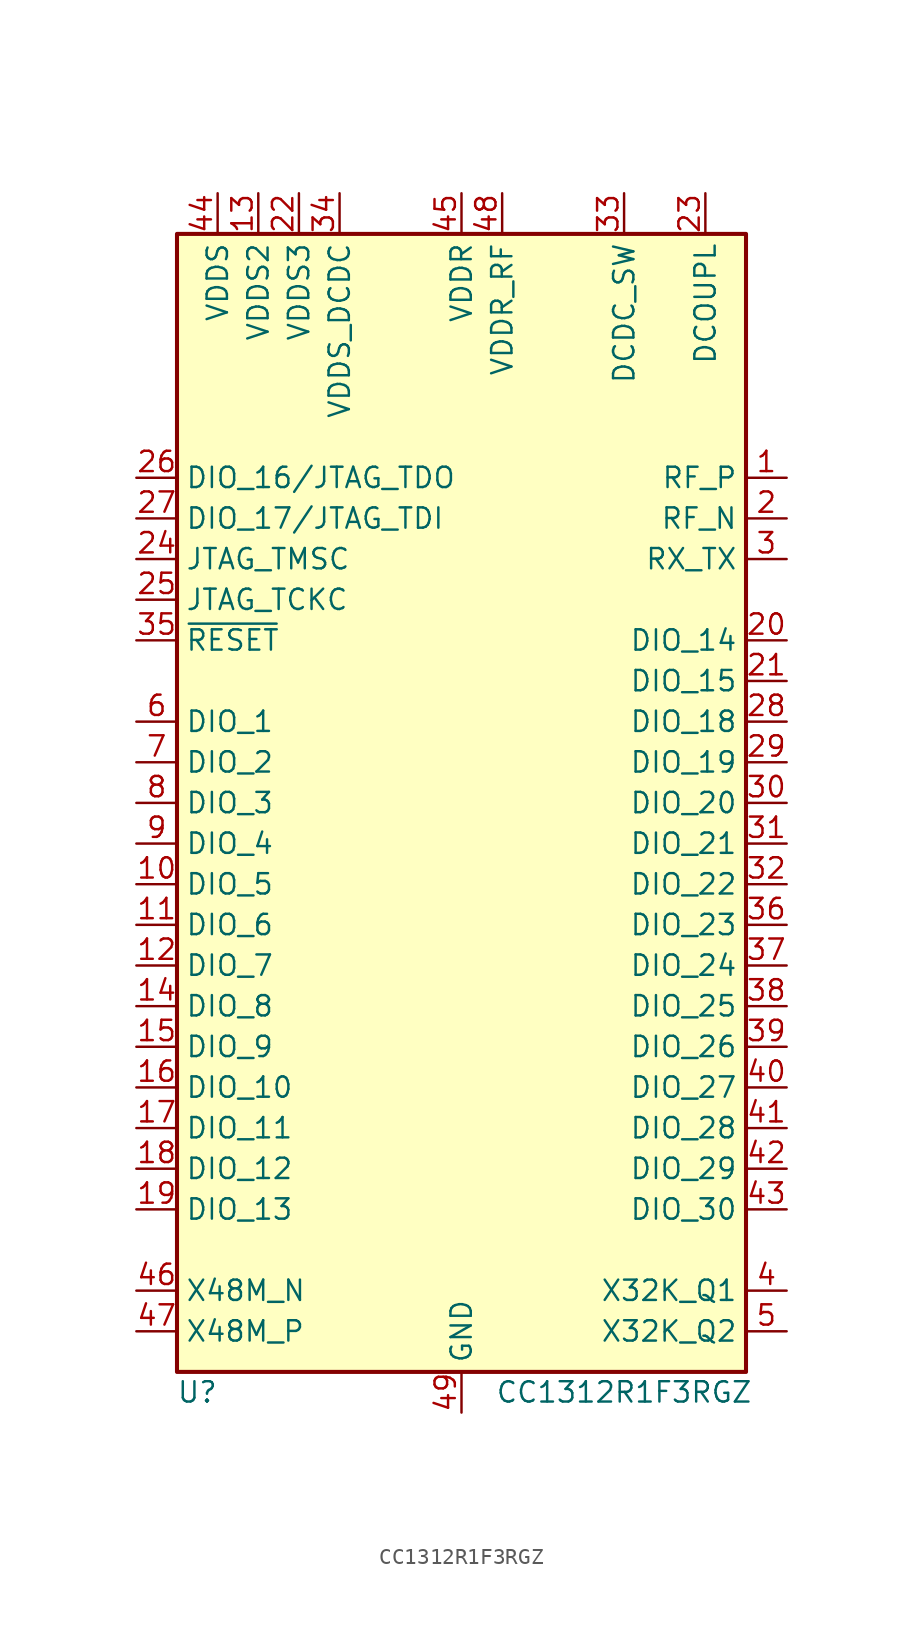
<source format=kicad_sym>
(kicad_symbol_lib
  (version 20211014)
  (generator kicad_symbol_editor)
  (symbol "CC1312R1F3RGZ"
    (property "Reference" "U"
      (at -16.51 -36.83 0)
      (effects (font (size 1.27 1.27))))
    (property "Value" "CC1312R1F3RGZ"
      (at 10.16 -36.83 0)
      (effects (font (size 1.27 1.27))))
    (symbol "CC1312R1F3RGZ_0_1"
      (rectangle (start -17.78 35.56) (end 17.78 -35.56) (stroke (width 0.254) (type default) (color 0 0 0 0)) (fill (type background))))
    (symbol "CC1312R1F3RGZ_1_1"
      (pin passive line (at 20.32 20.32 180) (length 2.54) (name "RF_P" (effects (font (size 1.27 1.27)))) (number "1" (effects (font (size 1.27 1.27)))))
      (pin bidirectional line (at -20.32 -5.08 0) (length 2.54) (name "DIO_5" (effects (font (size 1.27 1.27)))) (number "10" (effects (font (size 1.27 1.27)))))
      (pin bidirectional line (at -20.32 -7.62 0) (length 2.54) (name "DIO_6" (effects (font (size 1.27 1.27)))) (number "11" (effects (font (size 1.27 1.27)))))
      (pin bidirectional line (at -20.32 -10.16 0) (length 2.54) (name "DIO_7" (effects (font (size 1.27 1.27)))) (number "12" (effects (font (size 1.27 1.27)))))
      (pin power_in line (at -12.7 38.1 270) (length 2.54) (name "VDDS2" (effects (font (size 1.27 1.27)))) (number "13" (effects (font (size 1.27 1.27)))))
      (pin bidirectional line (at -20.32 -12.7 0) (length 2.54) (name "DIO_8" (effects (font (size 1.27 1.27)))) (number "14" (effects (font (size 1.27 1.27)))))
      (pin bidirectional line (at -20.32 -15.24 0) (length 2.54) (name "DIO_9" (effects (font (size 1.27 1.27)))) (number "15" (effects (font (size 1.27 1.27)))))
      (pin bidirectional line (at -20.32 -17.78 0) (length 2.54) (name "DIO_10" (effects (font (size 1.27 1.27)))) (number "16" (effects (font (size 1.27 1.27)))))
      (pin bidirectional line (at -20.32 -20.32 0) (length 2.54) (name "DIO_11" (effects (font (size 1.27 1.27)))) (number "17" (effects (font (size 1.27 1.27)))))
      (pin bidirectional line (at -20.32 -22.86 0) (length 2.54) (name "DIO_12" (effects (font (size 1.27 1.27)))) (number "18" (effects (font (size 1.27 1.27)))))
      (pin bidirectional line (at -20.32 -25.4 0) (length 2.54) (name "DIO_13" (effects (font (size 1.27 1.27)))) (number "19" (effects (font (size 1.27 1.27)))))
      (pin passive line (at 20.32 17.78 180) (length 2.54) (name "RF_N" (effects (font (size 1.27 1.27)))) (number "2" (effects (font (size 1.27 1.27)))))
      (pin bidirectional line (at 20.32 10.16 180) (length 2.54) (name "DIO_14" (effects (font (size 1.27 1.27)))) (number "20" (effects (font (size 1.27 1.27)))))
      (pin bidirectional line (at 20.32 7.62 180) (length 2.54) (name "DIO_15" (effects (font (size 1.27 1.27)))) (number "21" (effects (font (size 1.27 1.27)))))
      (pin power_in line (at -10.16 38.1 270) (length 2.54) (name "VDDS3" (effects (font (size 1.27 1.27)))) (number "22" (effects (font (size 1.27 1.27)))))
      (pin power_out line (at 15.24 38.1 270) (length 2.54) (name "DCOUPL" (effects (font (size 1.27 1.27)))) (number "23" (effects (font (size 1.27 1.27)))))
      (pin bidirectional line (at -20.32 15.24 0) (length 2.54) (name "JTAG_TMSC" (effects (font (size 1.27 1.27)))) (number "24" (effects (font (size 1.27 1.27)))))
      (pin input line (at -20.32 12.7 0) (length 2.54) (name "JTAG_TCKC" (effects (font (size 1.27 1.27)))) (number "25" (effects (font (size 1.27 1.27)))))
      (pin bidirectional line (at -20.32 20.32 0) (length 2.54) (name "DIO_16/JTAG_TDO" (effects (font (size 1.27 1.27)))) (number "26" (effects (font (size 1.27 1.27)))))
      (pin bidirectional line (at -20.32 17.78 0) (length 2.54) (name "DIO_17/JTAG_TDI" (effects (font (size 1.27 1.27)))) (number "27" (effects (font (size 1.27 1.27)))))
      (pin bidirectional line (at 20.32 5.08 180) (length 2.54) (name "DIO_18" (effects (font (size 1.27 1.27)))) (number "28" (effects (font (size 1.27 1.27)))))
      (pin bidirectional line (at 20.32 2.54 180) (length 2.54) (name "DIO_19" (effects (font (size 1.27 1.27)))) (number "29" (effects (font (size 1.27 1.27)))))
      (pin passive line (at 20.32 15.24 180) (length 2.54) (name "RX_TX" (effects (font (size 1.27 1.27)))) (number "3" (effects (font (size 1.27 1.27)))))
      (pin bidirectional line (at 20.32 0 180) (length 2.54) (name "DIO_20" (effects (font (size 1.27 1.27)))) (number "30" (effects (font (size 1.27 1.27)))))
      (pin bidirectional line (at 20.32 -2.54 180) (length 2.54) (name "DIO_21" (effects (font (size 1.27 1.27)))) (number "31" (effects (font (size 1.27 1.27)))))
      (pin bidirectional line (at 20.32 -5.08 180) (length 2.54) (name "DIO_22" (effects (font (size 1.27 1.27)))) (number "32" (effects (font (size 1.27 1.27)))))
      (pin power_out line (at 10.16 38.1 270) (length 2.54) (name "DCDC_SW" (effects (font (size 1.27 1.27)))) (number "33" (effects (font (size 1.27 1.27)))))
      (pin power_in line (at -7.62 38.1 270) (length 2.54) (name "VDDS_DCDC" (effects (font (size 1.27 1.27)))) (number "34" (effects (font (size 1.27 1.27)))))
      (pin input line (at -20.32 10.16 0) (length 2.54) (name "~{RESET}" (effects (font (size 1.27 1.27)))) (number "35" (effects (font (size 1.27 1.27)))))
      (pin bidirectional line (at 20.32 -7.62 180) (length 2.54) (name "DIO_23" (effects (font (size 1.27 1.27)))) (number "36" (effects (font (size 1.27 1.27)))))
      (pin bidirectional line (at 20.32 -10.16 180) (length 2.54) (name "DIO_24" (effects (font (size 1.27 1.27)))) (number "37" (effects (font (size 1.27 1.27)))))
      (pin bidirectional line (at 20.32 -12.7 180) (length 2.54) (name "DIO_25" (effects (font (size 1.27 1.27)))) (number "38" (effects (font (size 1.27 1.27)))))
      (pin bidirectional line (at 20.32 -15.24 180) (length 2.54) (name "DIO_26" (effects (font (size 1.27 1.27)))) (number "39" (effects (font (size 1.27 1.27)))))
      (pin input line (at 20.32 -30.48 180) (length 2.54) (name "X32K_Q1" (effects (font (size 1.27 1.27)))) (number "4" (effects (font (size 1.27 1.27)))))
      (pin bidirectional line (at 20.32 -17.78 180) (length 2.54) (name "DIO_27" (effects (font (size 1.27 1.27)))) (number "40" (effects (font (size 1.27 1.27)))))
      (pin bidirectional line (at 20.32 -20.32 180) (length 2.54) (name "DIO_28" (effects (font (size 1.27 1.27)))) (number "41" (effects (font (size 1.27 1.27)))))
      (pin bidirectional line (at 20.32 -22.86 180) (length 2.54) (name "DIO_29" (effects (font (size 1.27 1.27)))) (number "42" (effects (font (size 1.27 1.27)))))
      (pin bidirectional line (at 20.32 -25.4 180) (length 2.54) (name "DIO_30" (effects (font (size 1.27 1.27)))) (number "43" (effects (font (size 1.27 1.27)))))
      (pin power_in line (at -15.24 38.1 270) (length 2.54) (name "VDDS" (effects (font (size 1.27 1.27)))) (number "44" (effects (font (size 1.27 1.27)))))
      (pin power_in line (at 0 38.1 270) (length 2.54) (name "VDDR" (effects (font (size 1.27 1.27)))) (number "45" (effects (font (size 1.27 1.27)))))
      (pin input line (at -20.32 -30.48 0) (length 2.54) (name "X48M_N" (effects (font (size 1.27 1.27)))) (number "46" (effects (font (size 1.27 1.27)))))
      (pin input line (at -20.32 -33.02 0) (length 2.54) (name "X48M_P" (effects (font (size 1.27 1.27)))) (number "47" (effects (font (size 1.27 1.27)))))
      (pin power_in line (at 2.54 38.1 270) (length 2.54) (name "VDDR_RF" (effects (font (size 1.27 1.27)))) (number "48" (effects (font (size 1.27 1.27)))))
      (pin power_in line (at 0 -38.1 90) (length 2.54) (name "GND" (effects (font (size 1.27 1.27)))) (number "49" (effects (font (size 1.27 1.27)))))
      (pin input line (at 20.32 -33.02 180) (length 2.54) (name "X32K_Q2" (effects (font (size 1.27 1.27)))) (number "5" (effects (font (size 1.27 1.27)))))
      (pin bidirectional line (at -20.32 5.08 0) (length 2.54) (name "DIO_1" (effects (font (size 1.27 1.27)))) (number "6" (effects (font (size 1.27 1.27)))))
      (pin bidirectional line (at -20.32 2.54 0) (length 2.54) (name "DIO_2" (effects (font (size 1.27 1.27)))) (number "7" (effects (font (size 1.27 1.27)))))
      (pin bidirectional line (at -20.32 0 0) (length 2.54) (name "DIO_3" (effects (font (size 1.27 1.27)))) (number "8" (effects (font (size 1.27 1.27)))))
      (pin bidirectional line (at -20.32 -2.54 0) (length 2.54) (name "DIO_4" (effects (font (size 1.27 1.27)))) (number "9" (effects (font (size 1.27 1.27))))))))
</source>
